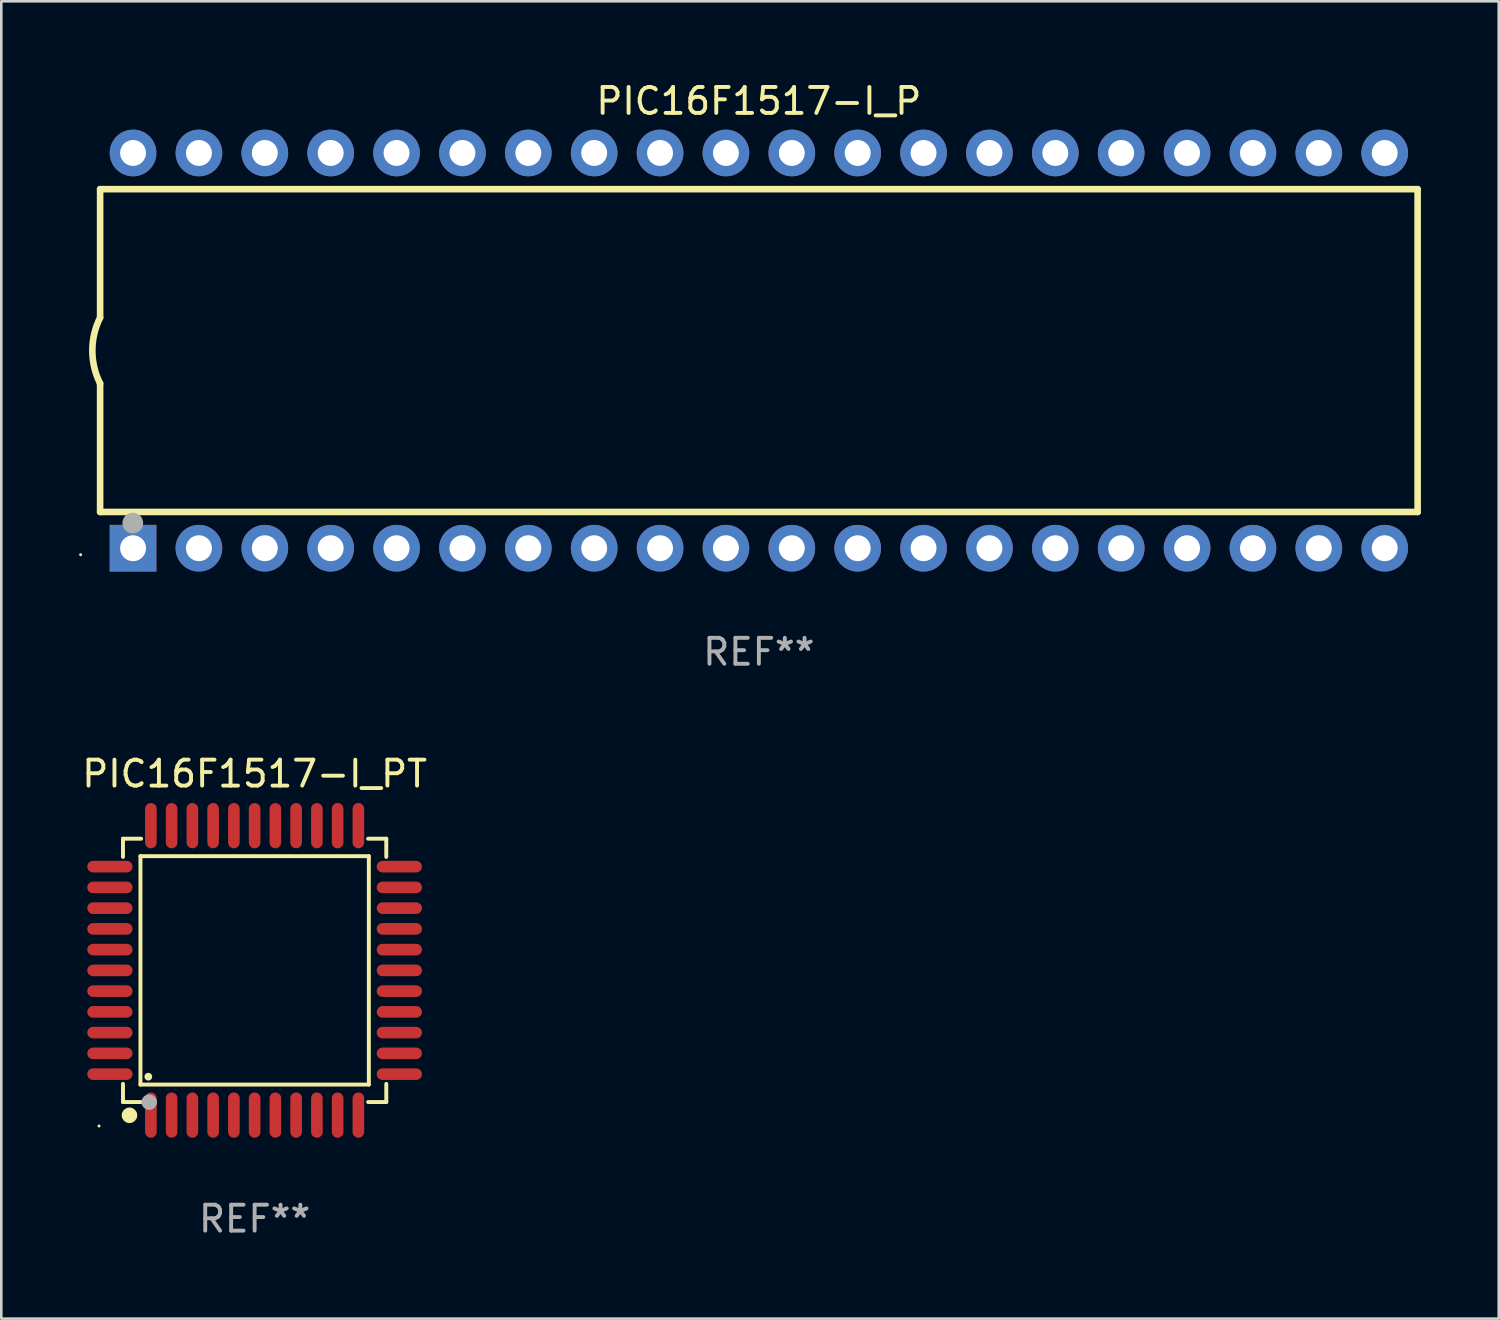
<source format=kicad_pcb>
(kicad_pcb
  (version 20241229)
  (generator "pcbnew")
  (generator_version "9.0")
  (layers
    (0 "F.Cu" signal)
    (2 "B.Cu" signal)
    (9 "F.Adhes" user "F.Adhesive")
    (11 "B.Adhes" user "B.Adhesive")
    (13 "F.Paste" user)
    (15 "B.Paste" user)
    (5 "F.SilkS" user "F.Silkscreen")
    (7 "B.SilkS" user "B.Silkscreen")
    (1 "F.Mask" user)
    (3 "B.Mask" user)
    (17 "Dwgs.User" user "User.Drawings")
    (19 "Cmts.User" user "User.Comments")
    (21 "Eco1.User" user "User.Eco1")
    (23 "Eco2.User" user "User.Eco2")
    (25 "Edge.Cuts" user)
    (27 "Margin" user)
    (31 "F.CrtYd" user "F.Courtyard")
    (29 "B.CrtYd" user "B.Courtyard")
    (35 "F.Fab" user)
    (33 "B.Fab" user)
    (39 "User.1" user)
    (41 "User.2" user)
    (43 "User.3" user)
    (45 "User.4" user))
  (footprint "PIC16F1517-I_P"
    (layer "F.Cu")
    (at 26.21 10.468)
    (property "Reference" "PIC16F1517-I_P" (at 0 -9.62 0) (layer "F.SilkS") (effects (font (size 1 1) (thickness 0.15))))
    (attr through_hole)
    (fp_line (start -25.4 -6.224) (end -25.4 -1.271) (stroke (width 0.254) (type solid)) (layer "F.SilkS"))
    (fp_line (start -25.4 -6.224) (end 25.4 -6.224) (stroke (width 0.254) (type solid)) (layer "F.SilkS"))
    (fp_line (start -25.4 1.269) (end -25.4 6.222) (stroke (width 0.254) (type solid)) (layer "F.SilkS"))
    (fp_line (start -25.4 6.222) (end 25.4 6.222) (stroke (width 0.254) (type solid)) (layer "F.SilkS"))
    (fp_line (start 25.4 6.222) (end 25.4 -6.224) (stroke (width 0.254) (type solid)) (layer "F.SilkS"))
    (fp_arc (start -25.4 1.269241) (mid -25.699807 -0.000762) (end -25.4 -1.270765) (stroke (width 0.254001) (type solid)) (layer "F.SilkS"))
    (fp_circle (center -26.15 7.87) (end -26.12 7.87) (stroke (width 0.06) (type solid)) (fill no) (layer "F.SilkS"))
    (fp_circle (center -24.14 6.65) (end -23.94 6.65) (stroke (width 0.4) (type solid)) (fill no) (layer "F.Fab"))
    (fp_text user "REF**" (at 0 11.62 0) (layer "F.Fab") (effects (font (size 1 1) (thickness 0.15))))
    (pad "1" thru_hole rect (at -24.13 7.62 90) (size 1.8 1.8) (drill 1) (layers "*.Cu" "*.Mask"))
    (pad "2" thru_hole circle (at -21.59 7.62) (size 1.8 1.8) (drill 1) (layers "*.Cu" "*.Mask"))
    (pad "3" thru_hole circle (at -19.05 7.62) (size 1.8 1.8) (drill 1) (layers "*.Cu" "*.Mask"))
    (pad "4" thru_hole circle (at -16.51 7.62) (size 1.8 1.8) (drill 1) (layers "*.Cu" "*.Mask"))
    (pad "5" thru_hole circle (at -13.97 7.62) (size 1.8 1.8) (drill 1) (layers "*.Cu" "*.Mask"))
    (pad "6" thru_hole circle (at -11.43 7.62) (size 1.8 1.8) (drill 1) (layers "*.Cu" "*.Mask"))
    (pad "7" thru_hole circle (at -8.89 7.62) (size 1.8 1.8) (drill 1) (layers "*.Cu" "*.Mask"))
    (pad "8" thru_hole circle (at -6.35 7.62) (size 1.8 1.8) (drill 1) (layers "*.Cu" "*.Mask"))
    (pad "9" thru_hole circle (at -3.81 7.62) (size 1.8 1.8) (drill 1) (layers "*.Cu" "*.Mask"))
    (pad "10" thru_hole circle (at -1.27 7.62) (size 1.8 1.8) (drill 1) (layers "*.Cu" "*.Mask"))
    (pad "11" thru_hole circle (at 1.27 7.62) (size 1.8 1.8) (drill 1) (layers "*.Cu" "*.Mask"))
    (pad "12" thru_hole circle (at 3.81 7.62) (size 1.8 1.8) (drill 1) (layers "*.Cu" "*.Mask"))
    (pad "13" thru_hole circle (at 6.35 7.62) (size 1.8 1.8) (drill 1) (layers "*.Cu" "*.Mask"))
    (pad "14" thru_hole circle (at 8.89 7.62) (size 1.8 1.8) (drill 1) (layers "*.Cu" "*.Mask"))
    (pad "15" thru_hole circle (at 11.43 7.62) (size 1.8 1.8) (drill 1) (layers "*.Cu" "*.Mask"))
    (pad "16" thru_hole circle (at 13.97 7.62) (size 1.8 1.8) (drill 1) (layers "*.Cu" "*.Mask"))
    (pad "17" thru_hole circle (at 16.51 7.62) (size 1.8 1.8) (drill 1) (layers "*.Cu" "*.Mask"))
    (pad "18" thru_hole circle (at 19.05 7.62) (size 1.8 1.8) (drill 1) (layers "*.Cu" "*.Mask"))
    (pad "19" thru_hole circle (at 21.59 7.62) (size 1.8 1.8) (drill 1) (layers "*.Cu" "*.Mask"))
    (pad "20" thru_hole circle (at 24.13 7.62) (size 1.8 1.8) (drill 1) (layers "*.Cu" "*.Mask"))
    (pad "21" thru_hole circle (at 24.13 -7.62) (size 1.8 1.8) (drill 1) (layers "*.Cu" "*.Mask"))
    (pad "22" thru_hole circle (at 21.59 -7.62) (size 1.8 1.8) (drill 1) (layers "*.Cu" "*.Mask"))
    (pad "23" thru_hole circle (at 19.05 -7.62) (size 1.8 1.8) (drill 1) (layers "*.Cu" "*.Mask"))
    (pad "24" thru_hole circle (at 16.51 -7.62) (size 1.8 1.8) (drill 1) (layers "*.Cu" "*.Mask"))
    (pad "25" thru_hole circle (at 13.97 -7.62) (size 1.8 1.8) (drill 1) (layers "*.Cu" "*.Mask"))
    (pad "26" thru_hole circle (at 11.43 -7.62) (size 1.8 1.8) (drill 1) (layers "*.Cu" "*.Mask"))
    (pad "27" thru_hole circle (at 8.89 -7.62) (size 1.8 1.8) (drill 1) (layers "*.Cu" "*.Mask"))
    (pad "28" thru_hole circle (at 6.35 -7.62) (size 1.8 1.8) (drill 1) (layers "*.Cu" "*.Mask"))
    (pad "29" thru_hole circle (at 3.81 -7.62) (size 1.8 1.8) (drill 1) (layers "*.Cu" "*.Mask"))
    (pad "30" thru_hole circle (at 1.27 -7.62) (size 1.8 1.8) (drill 1) (layers "*.Cu" "*.Mask"))
    (pad "31" thru_hole circle (at -1.27 -7.62) (size 1.8 1.8) (drill 1) (layers "*.Cu" "*.Mask"))
    (pad "32" thru_hole circle (at -3.81 -7.62) (size 1.8 1.8) (drill 1) (layers "*.Cu" "*.Mask"))
    (pad "33" thru_hole circle (at -6.35 -7.62) (size 1.8 1.8) (drill 1) (layers "*.Cu" "*.Mask"))
    (pad "34" thru_hole circle (at -8.89 -7.62) (size 1.8 1.8) (drill 1) (layers "*.Cu" "*.Mask"))
    (pad "35" thru_hole circle (at -11.43 -7.62) (size 1.8 1.8) (drill 1) (layers "*.Cu" "*.Mask"))
    (pad "36" thru_hole circle (at -13.97 -7.62) (size 1.8 1.8) (drill 1) (layers "*.Cu" "*.Mask"))
    (pad "37" thru_hole circle (at -16.51 -7.62) (size 1.8 1.8) (drill 1) (layers "*.Cu" "*.Mask"))
    (pad "38" thru_hole circle (at -19.05 -7.62) (size 1.8 1.8) (drill 1) (layers "*.Cu" "*.Mask"))
    (pad "39" thru_hole circle (at -21.59 -7.62) (size 1.8 1.8) (drill 1) (layers "*.Cu" "*.Mask"))
    (pad "40" thru_hole circle (at -24.13 -7.62) (size 1.8 1.8) (drill 1) (layers "*.Cu" "*.Mask")))
  (footprint "PIC16F1517-I_PT"
    (layer "F.Cu")
    (at 6.768 34.365)
    (property "Reference" "PIC16F1517-I_PT" (at 0 -7.58 0) (layer "F.SilkS") (effects (font (size 1 1) (thickness 0.15))))
    (attr through_hole)
    (fp_line (start -5.076 -5.076) (end -5.076 -4.376) (stroke (width 0.152) (type solid)) (layer "F.SilkS"))
    (fp_line (start -5.076 5.076) (end -5.076 4.376) (stroke (width 0.152) (type solid)) (layer "F.SilkS"))
    (fp_line (start -4.403 -4.403) (end 4.403 -4.403) (stroke (width 0.152) (type solid)) (layer "F.SilkS"))
    (fp_line (start -4.403 4.403) (end -4.403 -4.403) (stroke (width 0.152) (type solid)) (layer "F.SilkS"))
    (fp_line (start -4.376 -5.076) (end -5.076 -5.076) (stroke (width 0.152) (type solid)) (layer "F.SilkS"))
    (fp_line (start -4.376 5.076) (end -5.076 5.076) (stroke (width 0.152) (type solid)) (layer "F.SilkS"))
    (fp_line (start 4.376 -5.076) (end 5.076 -5.076) (stroke (width 0.152) (type solid)) (layer "F.SilkS"))
    (fp_line (start 4.376 5.076) (end 5.076 5.076) (stroke (width 0.152) (type solid)) (layer "F.SilkS"))
    (fp_line (start 4.403 -4.403) (end 4.403 4.403) (stroke (width 0.152) (type solid)) (layer "F.SilkS"))
    (fp_line (start 4.403 4.403) (end -4.403 4.403) (stroke (width 0.152) (type solid)) (layer "F.SilkS"))
    (fp_line (start 5.076 -5.076) (end 5.076 -4.376) (stroke (width 0.152) (type solid)) (layer "F.SilkS"))
    (fp_line (start 5.076 5.076) (end 5.076 4.376) (stroke (width 0.152) (type solid)) (layer "F.SilkS"))
    (fp_circle (center -6 6) (end -5.97 6) (stroke (width 0.06) (type solid)) (fill no) (layer "F.SilkS"))
    (fp_circle (center -4.826 5.588) (end -4.676 5.588) (stroke (width 0.3) (type solid)) (fill no) (layer "F.SilkS"))
    (fp_circle (center -4.1 4.1) (end -4.025 4.1) (stroke (width 0.15) (type solid)) (fill no) (layer "F.SilkS"))
    (fp_circle (center -4.064 5.08) (end -3.914 5.08) (stroke (width 0.3) (type solid)) (fill no) (layer "F.Fab"))
    (fp_text user "REF**" (at 0 9.58 0) (layer "F.Fab") (effects (font (size 1 1) (thickness 0.15))))
    (pad "1" smd oval (at -4 5.58) (size 0.448 1.745) (layers "F.Cu" "F.Mask" "F.Paste"))
    (pad "2" smd oval (at -3.2 5.58) (size 0.448 1.745) (layers "F.Cu" "F.Mask" "F.Paste"))
    (pad "3" smd oval (at -2.4 5.58) (size 0.448 1.745) (layers "F.Cu" "F.Mask" "F.Paste"))
    (pad "4" smd oval (at -1.6 5.58) (size 0.448 1.745) (layers "F.Cu" "F.Mask" "F.Paste"))
    (pad "5" smd oval (at -0.8 5.58) (size 0.448 1.745) (layers "F.Cu" "F.Mask" "F.Paste"))
    (pad "6" smd oval (at 0 5.58) (size 0.448 1.745) (layers "F.Cu" "F.Mask" "F.Paste"))
    (pad "7" smd oval (at 0.8 5.58) (size 0.448 1.745) (layers "F.Cu" "F.Mask" "F.Paste"))
    (pad "8" smd oval (at 1.6 5.58) (size 0.448 1.745) (layers "F.Cu" "F.Mask" "F.Paste"))
    (pad "9" smd oval (at 2.4 5.58) (size 0.448 1.745) (layers "F.Cu" "F.Mask" "F.Paste"))
    (pad "10" smd oval (at 3.2 5.58) (size 0.448 1.745) (layers "F.Cu" "F.Mask" "F.Paste"))
    (pad "11" smd oval (at 4 5.58) (size 0.448 1.745) (layers "F.Cu" "F.Mask" "F.Paste"))
    (pad "12" smd oval (at 5.58 4) (size 1.745 0.448) (layers "F.Cu" "F.Mask" "F.Paste"))
    (pad "13" smd oval (at 5.58 3.2) (size 1.745 0.448) (layers "F.Cu" "F.Mask" "F.Paste"))
    (pad "14" smd oval (at 5.58 2.4) (size 1.745 0.448) (layers "F.Cu" "F.Mask" "F.Paste"))
    (pad "15" smd oval (at 5.58 1.6) (size 1.745 0.448) (layers "F.Cu" "F.Mask" "F.Paste"))
    (pad "16" smd oval (at 5.58 0.8) (size 1.745 0.448) (layers "F.Cu" "F.Mask" "F.Paste"))
    (pad "17" smd oval (at 5.58 0) (size 1.745 0.448) (layers "F.Cu" "F.Mask" "F.Paste"))
    (pad "18" smd oval (at 5.58 -0.8) (size 1.745 0.448) (layers "F.Cu" "F.Mask" "F.Paste"))
    (pad "19" smd oval (at 5.58 -1.6) (size 1.745 0.448) (layers "F.Cu" "F.Mask" "F.Paste"))
    (pad "20" smd oval (at 5.58 -2.4) (size 1.745 0.448) (layers "F.Cu" "F.Mask" "F.Paste"))
    (pad "21" smd oval (at 5.58 -3.2) (size 1.745 0.448) (layers "F.Cu" "F.Mask" "F.Paste"))
    (pad "22" smd oval (at 5.58 -4) (size 1.745 0.448) (layers "F.Cu" "F.Mask" "F.Paste"))
    (pad "23" smd oval (at 4 -5.58) (size 0.448 1.745) (layers "F.Cu" "F.Mask" "F.Paste"))
    (pad "24" smd oval (at 3.2 -5.58) (size 0.448 1.745) (layers "F.Cu" "F.Mask" "F.Paste"))
    (pad "25" smd oval (at 2.4 -5.58) (size 0.448 1.745) (layers "F.Cu" "F.Mask" "F.Paste"))
    (pad "26" smd oval (at 1.6 -5.58) (size 0.448 1.745) (layers "F.Cu" "F.Mask" "F.Paste"))
    (pad "27" smd oval (at 0.8 -5.58) (size 0.448 1.745) (layers "F.Cu" "F.Mask" "F.Paste"))
    (pad "28" smd oval (at 0 -5.58) (size 0.448 1.745) (layers "F.Cu" "F.Mask" "F.Paste"))
    (pad "29" smd oval (at -0.8 -5.58) (size 0.448 1.745) (layers "F.Cu" "F.Mask" "F.Paste"))
    (pad "30" smd oval (at -1.6 -5.58) (size 0.448 1.745) (layers "F.Cu" "F.Mask" "F.Paste"))
    (pad "31" smd oval (at -2.4 -5.58) (size 0.448 1.745) (layers "F.Cu" "F.Mask" "F.Paste"))
    (pad "32" smd oval (at -3.2 -5.58) (size 0.448 1.745) (layers "F.Cu" "F.Mask" "F.Paste"))
    (pad "33" smd oval (at -4 -5.58) (size 0.448 1.745) (layers "F.Cu" "F.Mask" "F.Paste"))
    (pad "34" smd oval (at -5.58 -4) (size 1.745 0.448) (layers "F.Cu" "F.Mask" "F.Paste"))
    (pad "35" smd oval (at -5.58 -3.2) (size 1.745 0.448) (layers "F.Cu" "F.Mask" "F.Paste"))
    (pad "36" smd oval (at -5.58 -2.4) (size 1.745 0.448) (layers "F.Cu" "F.Mask" "F.Paste"))
    (pad "37" smd oval (at -5.58 -1.6) (size 1.745 0.448) (layers "F.Cu" "F.Mask" "F.Paste"))
    (pad "38" smd oval (at -5.58 -0.8) (size 1.745 0.448) (layers "F.Cu" "F.Mask" "F.Paste"))
    (pad "39" smd oval (at -5.58 0) (size 1.745 0.448) (layers "F.Cu" "F.Mask" "F.Paste"))
    (pad "40" smd oval (at -5.58 0.8) (size 1.745 0.448) (layers "F.Cu" "F.Mask" "F.Paste"))
    (pad "41" smd oval (at -5.58 1.6) (size 1.745 0.448) (layers "F.Cu" "F.Mask" "F.Paste"))
    (pad "42" smd oval (at -5.58 2.4) (size 1.745 0.448) (layers "F.Cu" "F.Mask" "F.Paste"))
    (pad "43" smd oval (at -5.58 3.2) (size 1.745 0.448) (layers "F.Cu" "F.Mask" "F.Paste"))
    (pad "44" smd oval (at -5.58 4) (size 1.745 0.448) (layers "F.Cu" "F.Mask" "F.Paste")))
  (gr_rect
    (start -3 -3)
    (end 54.737 47.793)
    (stroke (width 0.1) (type default))
    (fill no)
    (layer "Edge.Cuts")))
</source>
